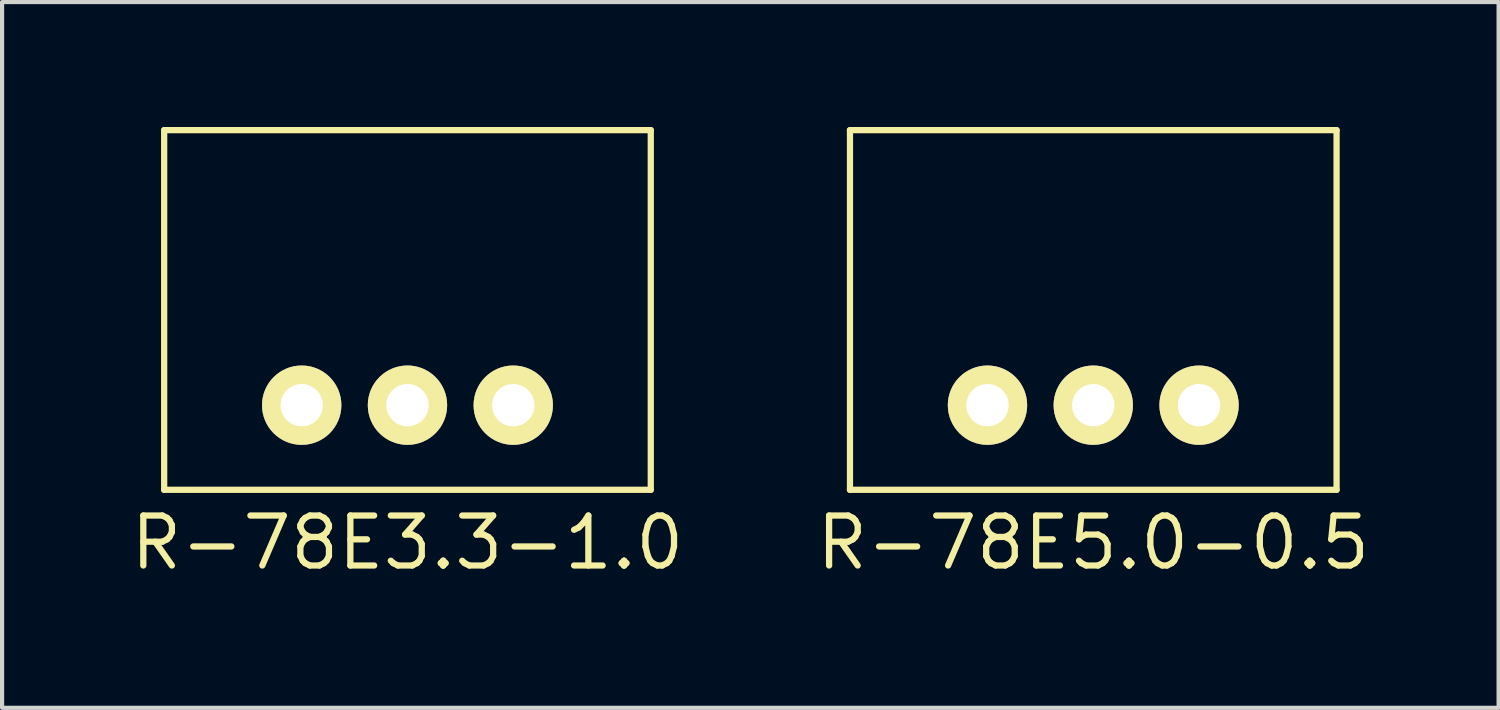
<source format=kicad_pcb>
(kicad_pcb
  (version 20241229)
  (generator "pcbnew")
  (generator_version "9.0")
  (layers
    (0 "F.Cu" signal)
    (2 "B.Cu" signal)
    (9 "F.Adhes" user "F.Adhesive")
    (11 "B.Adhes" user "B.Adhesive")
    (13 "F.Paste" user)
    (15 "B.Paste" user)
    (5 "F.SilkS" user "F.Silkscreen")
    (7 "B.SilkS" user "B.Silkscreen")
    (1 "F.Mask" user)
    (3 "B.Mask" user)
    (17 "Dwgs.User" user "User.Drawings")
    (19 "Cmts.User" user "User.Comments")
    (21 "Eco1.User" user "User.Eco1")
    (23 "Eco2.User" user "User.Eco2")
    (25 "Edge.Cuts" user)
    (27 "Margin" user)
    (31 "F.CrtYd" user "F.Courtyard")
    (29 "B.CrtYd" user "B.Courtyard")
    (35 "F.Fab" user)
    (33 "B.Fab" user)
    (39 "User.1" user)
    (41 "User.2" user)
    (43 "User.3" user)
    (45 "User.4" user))
  (footprint "R-78E3.3-1.0"
    (layer "F.Cu")
    (at 6.734 8.711)
    (property "Reference" "R-78E3.3-1.0" (at 0 1.27 0) (layer "F.SilkS") (effects (font (size 1.2 1.2) (thickness 0.15))))
    (attr through_hole)
    (fp_line (start -5.842 -8.636) (end 5.842 -8.636) (stroke (width 0.15) (type solid)) (layer "F.SilkS"))
    (fp_line (start -5.842 0) (end -5.842 -8.636) (stroke (width 0.15) (type solid)) (layer "F.SilkS"))
    (fp_line (start 5.842 -8.636) (end 5.842 0) (stroke (width 0.15) (type solid)) (layer "F.SilkS"))
    (fp_line (start 5.842 0) (end -5.842 0) (stroke (width 0.15) (type solid)) (layer "F.SilkS"))
    (pad "1" thru_hole circle (at -2.54 -2.032) (size 1.905 1.905) (drill 1.016) (layers "*.Cu" "*.Mask" "F.SilkS"))
    (pad "2" thru_hole circle (at 0 -2.032) (size 1.905 1.905) (drill 1.016) (layers "*.Cu" "*.Mask" "F.SilkS"))
    (pad "3" thru_hole circle (at 2.54 -2.032) (size 1.905 1.905) (drill 1.016) (layers "*.Cu" "*.Mask" "F.SilkS")))
  (footprint "R-78E5.0-0.5"
    (layer "F.Cu")
    (at 23.201 8.711)
    (property "Reference" "R-78E5.0-0.5" (at 0 1.27 0) (layer "F.SilkS") (effects (font (size 1.2 1.2) (thickness 0.15))))
    (attr through_hole)
    (fp_line (start -5.842 -8.636) (end 5.842 -8.636) (stroke (width 0.15) (type solid)) (layer "F.SilkS"))
    (fp_line (start -5.842 0) (end -5.842 -8.636) (stroke (width 0.15) (type solid)) (layer "F.SilkS"))
    (fp_line (start 5.842 -8.636) (end 5.842 0) (stroke (width 0.15) (type solid)) (layer "F.SilkS"))
    (fp_line (start 5.842 0) (end -5.842 0) (stroke (width 0.15) (type solid)) (layer "F.SilkS"))
    (pad "1" thru_hole circle (at -2.54 -2.032) (size 1.905 1.905) (drill 1.016) (layers "*.Cu" "*.Mask" "F.SilkS"))
    (pad "2" thru_hole circle (at 0 -2.032) (size 1.905 1.905) (drill 1.016) (layers "*.Cu" "*.Mask" "F.SilkS"))
    (pad "3" thru_hole circle (at 2.54 -2.032) (size 1.905 1.905) (drill 1.016) (layers "*.Cu" "*.Mask" "F.SilkS")))
  (gr_rect
    (start -3 -3)
    (end 32.934 13.946)
    (stroke (width 0.1) (type default))
    (fill no)
    (layer "Edge.Cuts")))
</source>
